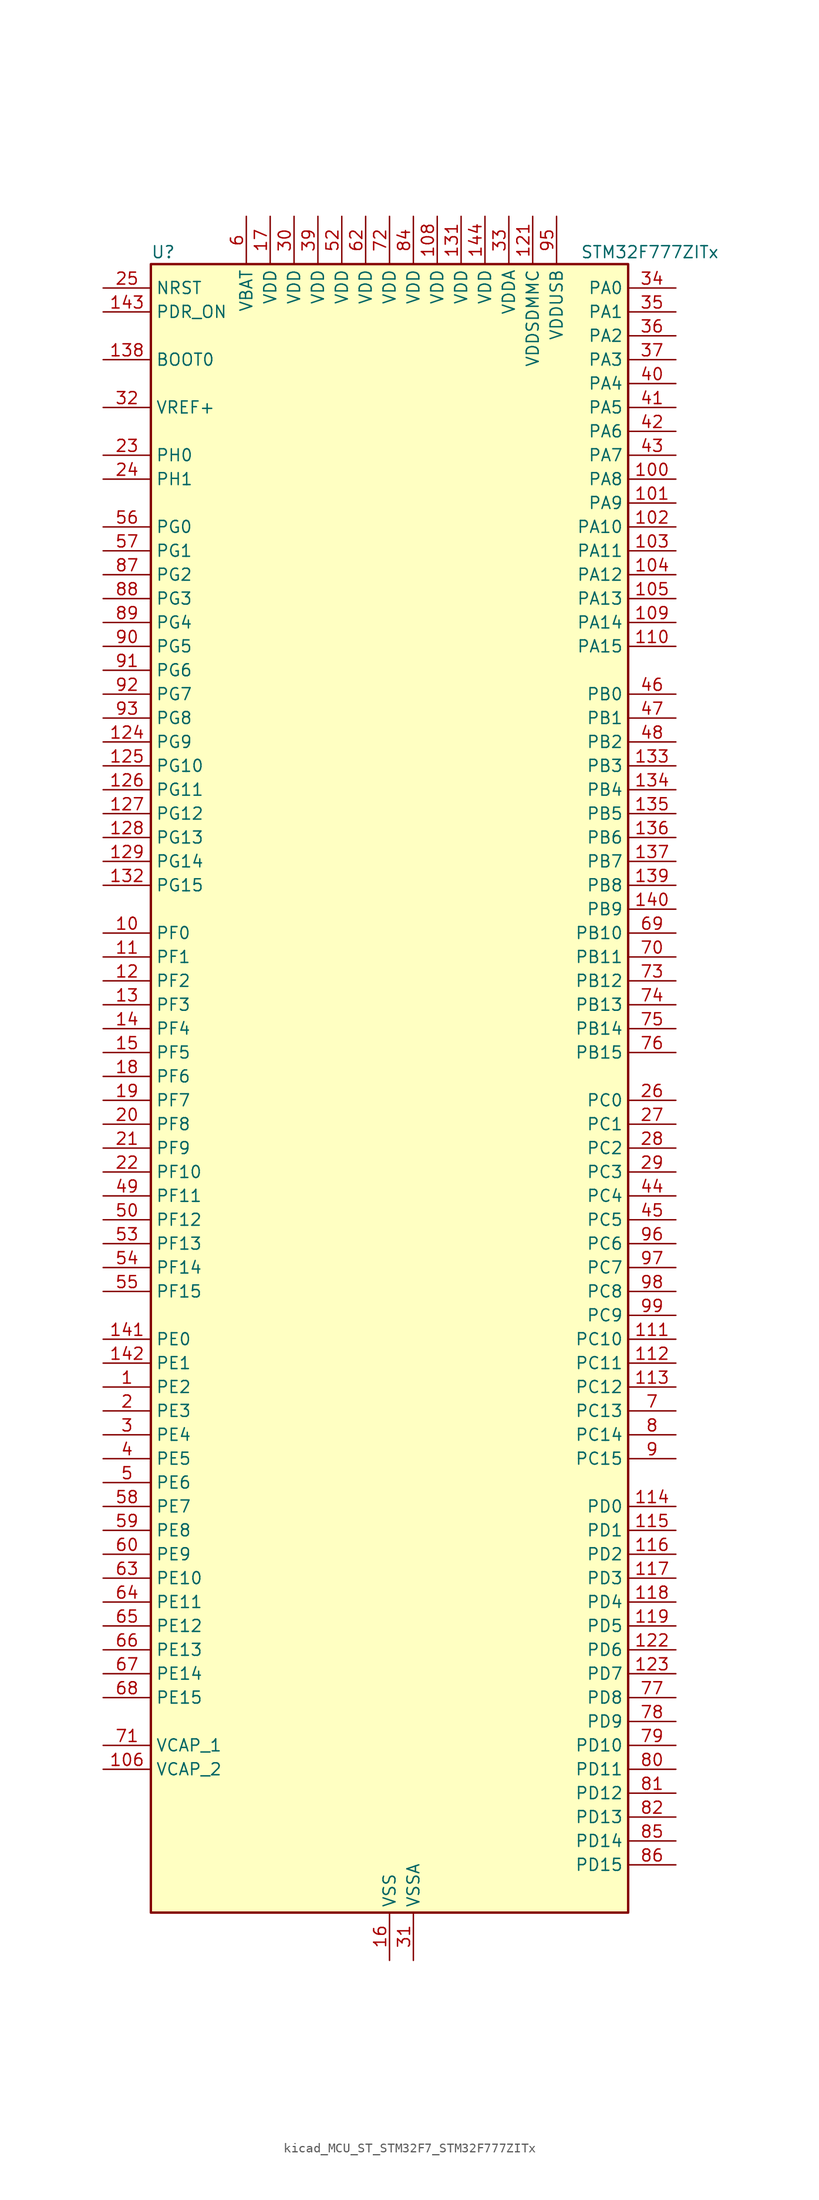
<source format=kicad_sym>
(kicad_symbol_lib
  (version 20220914)
  (generator kicad_symbol_editor)
  (symbol "kicad_MCU_ST_STM32F7_STM32F777ZITx"
    (property "Reference" "U"
      (at -25.4 90.17 0)
      (effects (font (size 1.27 1.27)) (justify left)))
    (property "Value" "STM32F777ZITx"
      (at 20.32 90.17 0)
      (effects (font (size 1.27 1.27)) (justify left)))
    (property "ki_locked" ""
      (at 0 0 0)
      (effects (font (size 1.27 1.27))))
    (symbol "kicad_MCU_ST_STM32F7_STM32F777ZITx_0_1"
      (rectangle (start -25.4 -86.36) (end 25.4 88.9) (stroke (width 0.254) (type default)) (fill (type background))))
    (symbol "kicad_MCU_ST_STM32F7_STM32F777ZITx_1_1"
      (pin bidirectional line (at -30.48 -30.48 0) (length 5.08) (name "PE2" (effects (font (size 1.27 1.27)))) (number "1" (effects (font (size 1.27 1.27)))) (alternate "ETH_TXD3" bidirectional line) (alternate "FMC_A23" bidirectional line) (alternate "QUADSPI_BK1_IO2" bidirectional line) (alternate "SAI1_MCLK_A" bidirectional line) (alternate "SPI4_SCK" bidirectional line) (alternate "SYS_TRACECLK" bidirectional line))
      (pin bidirectional line (at -30.48 17.78 0) (length 5.08) (name "PF0" (effects (font (size 1.27 1.27)))) (number "10" (effects (font (size 1.27 1.27)))) (alternate "FMC_A0" bidirectional line) (alternate "I2C2_SDA" bidirectional line))
      (pin bidirectional line (at 30.48 66.04 180) (length 5.08) (name "PA8" (effects (font (size 1.27 1.27)))) (number "100" (effects (font (size 1.27 1.27)))) (alternate "CAN3_RX" bidirectional line) (alternate "I2C3_SCL" bidirectional line) (alternate "LTDC_B3" bidirectional line) (alternate "LTDC_R6" bidirectional line) (alternate "RCC_MCO_1" bidirectional line) (alternate "TIM1_CH1" bidirectional line) (alternate "TIM8_BKIN2" bidirectional line) (alternate "UART7_RX" bidirectional line) (alternate "USART1_CK" bidirectional line) (alternate "USB_OTG_FS_SOF" bidirectional line))
      (pin bidirectional line (at 30.48 63.5 180) (length 5.08) (name "PA9" (effects (font (size 1.27 1.27)))) (number "101" (effects (font (size 1.27 1.27)))) (alternate "DAC_EXTI9" bidirectional line) (alternate "DCMI_D0" bidirectional line) (alternate "I2C3_SMBA" bidirectional line) (alternate "I2S2_CK" bidirectional line) (alternate "LTDC_R5" bidirectional line) (alternate "SPI2_SCK" bidirectional line) (alternate "TIM1_CH2" bidirectional line) (alternate "USART1_TX" bidirectional line) (alternate "USB_OTG_FS_VBUS" bidirectional line))
      (pin bidirectional line (at 30.48 60.96 180) (length 5.08) (name "PA10" (effects (font (size 1.27 1.27)))) (number "102" (effects (font (size 1.27 1.27)))) (alternate "DCMI_D1" bidirectional line) (alternate "LTDC_B1" bidirectional line) (alternate "LTDC_B4" bidirectional line) (alternate "MDIOS_MDIO" bidirectional line) (alternate "TIM1_CH3" bidirectional line) (alternate "USART1_RX" bidirectional line) (alternate "USB_OTG_FS_ID" bidirectional line))
      (pin bidirectional line (at 30.48 58.42 180) (length 5.08) (name "PA11" (effects (font (size 1.27 1.27)))) (number "103" (effects (font (size 1.27 1.27)))) (alternate "ADC1_EXTI11" bidirectional line) (alternate "ADC2_EXTI11" bidirectional line) (alternate "ADC3_EXTI11" bidirectional line) (alternate "CAN1_RX" bidirectional line) (alternate "I2S2_WS" bidirectional line) (alternate "LTDC_R4" bidirectional line) (alternate "SPI2_NSS" bidirectional line) (alternate "TIM1_CH4" bidirectional line) (alternate "UART4_RX" bidirectional line) (alternate "USART1_CTS" bidirectional line) (alternate "USB_OTG_FS_DM" bidirectional line))
      (pin bidirectional line (at 30.48 55.88 180) (length 5.08) (name "PA12" (effects (font (size 1.27 1.27)))) (number "104" (effects (font (size 1.27 1.27)))) (alternate "CAN1_TX" bidirectional line) (alternate "I2S2_CK" bidirectional line) (alternate "LTDC_R5" bidirectional line) (alternate "SAI2_FS_B" bidirectional line) (alternate "SPI2_SCK" bidirectional line) (alternate "TIM1_ETR" bidirectional line) (alternate "UART4_TX" bidirectional line) (alternate "USART1_DE" bidirectional line) (alternate "USART1_RTS" bidirectional line) (alternate "USB_OTG_FS_DP" bidirectional line))
      (pin bidirectional line (at 30.48 53.34 180) (length 5.08) (name "PA13" (effects (font (size 1.27 1.27)))) (number "105" (effects (font (size 1.27 1.27)))) (alternate "SYS_JTMS-SWDIO" bidirectional line))
      (pin power_out line (at -30.48 -71.12 0) (length 5.08) (name "VCAP_2" (effects (font (size 1.27 1.27)))) (number "106" (effects (font (size 1.27 1.27)))))
      (pin passive line (at 0 -91.44 90) (length 5.08) hide (name "VSS" (effects (font (size 1.27 1.27)))) (number "107" (effects (font (size 1.27 1.27)))))
      (pin power_in line (at 5.08 93.98 270) (length 5.08) (name "VDD" (effects (font (size 1.27 1.27)))) (number "108" (effects (font (size 1.27 1.27)))))
      (pin bidirectional line (at 30.48 50.8 180) (length 5.08) (name "PA14" (effects (font (size 1.27 1.27)))) (number "109" (effects (font (size 1.27 1.27)))) (alternate "SYS_JTCK-SWCLK" bidirectional line))
      (pin bidirectional line (at -30.48 15.24 0) (length 5.08) (name "PF1" (effects (font (size 1.27 1.27)))) (number "11" (effects (font (size 1.27 1.27)))) (alternate "FMC_A1" bidirectional line) (alternate "I2C2_SCL" bidirectional line))
      (pin bidirectional line (at 30.48 48.26 180) (length 5.08) (name "PA15" (effects (font (size 1.27 1.27)))) (number "110" (effects (font (size 1.27 1.27)))) (alternate "CAN3_TX" bidirectional line) (alternate "CEC" bidirectional line) (alternate "I2S1_WS" bidirectional line) (alternate "I2S3_WS" bidirectional line) (alternate "SPI1_NSS" bidirectional line) (alternate "SPI3_NSS" bidirectional line) (alternate "SPI6_NSS" bidirectional line) (alternate "SYS_JTDI" bidirectional line) (alternate "TIM2_CH1" bidirectional line) (alternate "TIM2_ETR" bidirectional line) (alternate "UART4_DE" bidirectional line) (alternate "UART4_RTS" bidirectional line) (alternate "UART7_TX" bidirectional line))
      (pin bidirectional line (at 30.48 -25.4 180) (length 5.08) (name "PC10" (effects (font (size 1.27 1.27)))) (number "111" (effects (font (size 1.27 1.27)))) (alternate "DCMI_D8" bidirectional line) (alternate "DFSDM1_CKIN5" bidirectional line) (alternate "I2S3_CK" bidirectional line) (alternate "LTDC_R2" bidirectional line) (alternate "QUADSPI_BK1_IO1" bidirectional line) (alternate "SDMMC1_D2" bidirectional line) (alternate "SPI3_SCK" bidirectional line) (alternate "UART4_TX" bidirectional line) (alternate "USART3_TX" bidirectional line))
      (pin bidirectional line (at 30.48 -27.94 180) (length 5.08) (name "PC11" (effects (font (size 1.27 1.27)))) (number "112" (effects (font (size 1.27 1.27)))) (alternate "ADC1_EXTI11" bidirectional line) (alternate "ADC2_EXTI11" bidirectional line) (alternate "ADC3_EXTI11" bidirectional line) (alternate "DCMI_D4" bidirectional line) (alternate "DFSDM1_DATIN5" bidirectional line) (alternate "QUADSPI_BK2_NCS" bidirectional line) (alternate "SDMMC1_D3" bidirectional line) (alternate "SPI3_MISO" bidirectional line) (alternate "UART4_RX" bidirectional line) (alternate "USART3_RX" bidirectional line))
      (pin bidirectional line (at 30.48 -30.48 180) (length 5.08) (name "PC12" (effects (font (size 1.27 1.27)))) (number "113" (effects (font (size 1.27 1.27)))) (alternate "DCMI_D9" bidirectional line) (alternate "I2S3_SD" bidirectional line) (alternate "SDMMC1_CK" bidirectional line) (alternate "SPI3_MOSI" bidirectional line) (alternate "SYS_TRACED3" bidirectional line) (alternate "UART5_TX" bidirectional line) (alternate "USART3_CK" bidirectional line))
      (pin bidirectional line (at 30.48 -43.18 180) (length 5.08) (name "PD0" (effects (font (size 1.27 1.27)))) (number "114" (effects (font (size 1.27 1.27)))) (alternate "CAN1_RX" bidirectional line) (alternate "DFSDM1_CKIN6" bidirectional line) (alternate "DFSDM1_DATIN7" bidirectional line) (alternate "FMC_D2" bidirectional line) (alternate "FMC_DA2" bidirectional line) (alternate "UART4_RX" bidirectional line))
      (pin bidirectional line (at 30.48 -45.72 180) (length 5.08) (name "PD1" (effects (font (size 1.27 1.27)))) (number "115" (effects (font (size 1.27 1.27)))) (alternate "CAN1_TX" bidirectional line) (alternate "DFSDM1_CKIN7" bidirectional line) (alternate "DFSDM1_DATIN6" bidirectional line) (alternate "FMC_D3" bidirectional line) (alternate "FMC_DA3" bidirectional line) (alternate "UART4_TX" bidirectional line))
      (pin bidirectional line (at 30.48 -48.26 180) (length 5.08) (name "PD2" (effects (font (size 1.27 1.27)))) (number "116" (effects (font (size 1.27 1.27)))) (alternate "DCMI_D11" bidirectional line) (alternate "SDMMC1_CMD" bidirectional line) (alternate "SYS_TRACED2" bidirectional line) (alternate "TIM3_ETR" bidirectional line) (alternate "UART5_RX" bidirectional line))
      (pin bidirectional line (at 30.48 -50.8 180) (length 5.08) (name "PD3" (effects (font (size 1.27 1.27)))) (number "117" (effects (font (size 1.27 1.27)))) (alternate "DCMI_D5" bidirectional line) (alternate "DFSDM1_CKOUT" bidirectional line) (alternate "DFSDM1_DATIN0" bidirectional line) (alternate "FMC_CLK" bidirectional line) (alternate "I2S2_CK" bidirectional line) (alternate "LTDC_G7" bidirectional line) (alternate "SPI2_SCK" bidirectional line) (alternate "USART2_CTS" bidirectional line))
      (pin bidirectional line (at 30.48 -53.34 180) (length 5.08) (name "PD4" (effects (font (size 1.27 1.27)))) (number "118" (effects (font (size 1.27 1.27)))) (alternate "DFSDM1_CKIN0" bidirectional line) (alternate "FMC_NOE" bidirectional line) (alternate "USART2_DE" bidirectional line) (alternate "USART2_RTS" bidirectional line))
      (pin bidirectional line (at 30.48 -55.88 180) (length 5.08) (name "PD5" (effects (font (size 1.27 1.27)))) (number "119" (effects (font (size 1.27 1.27)))) (alternate "FMC_NWE" bidirectional line) (alternate "USART2_TX" bidirectional line))
      (pin bidirectional line (at -30.48 12.7 0) (length 5.08) (name "PF2" (effects (font (size 1.27 1.27)))) (number "12" (effects (font (size 1.27 1.27)))) (alternate "FMC_A2" bidirectional line) (alternate "I2C2_SMBA" bidirectional line))
      (pin passive line (at 0 -91.44 90) (length 5.08) hide (name "VSS" (effects (font (size 1.27 1.27)))) (number "120" (effects (font (size 1.27 1.27)))))
      (pin power_in line (at 15.24 93.98 270) (length 5.08) (name "VDDSDMMC" (effects (font (size 1.27 1.27)))) (number "121" (effects (font (size 1.27 1.27)))))
      (pin bidirectional line (at 30.48 -58.42 180) (length 5.08) (name "PD6" (effects (font (size 1.27 1.27)))) (number "122" (effects (font (size 1.27 1.27)))) (alternate "DCMI_D10" bidirectional line) (alternate "DFSDM1_CKIN4" bidirectional line) (alternate "DFSDM1_DATIN1" bidirectional line) (alternate "FMC_NWAIT" bidirectional line) (alternate "I2S3_SD" bidirectional line) (alternate "LTDC_B2" bidirectional line) (alternate "SAI1_SD_A" bidirectional line) (alternate "SDMMC2_CK" bidirectional line) (alternate "SPI3_MOSI" bidirectional line) (alternate "USART2_RX" bidirectional line))
      (pin bidirectional line (at 30.48 -60.96 180) (length 5.08) (name "PD7" (effects (font (size 1.27 1.27)))) (number "123" (effects (font (size 1.27 1.27)))) (alternate "DFSDM1_CKIN1" bidirectional line) (alternate "DFSDM1_DATIN4" bidirectional line) (alternate "FMC_NE1" bidirectional line) (alternate "I2S1_SD" bidirectional line) (alternate "SDMMC2_CMD" bidirectional line) (alternate "SPDIFRX_IN0" bidirectional line) (alternate "SPI1_MOSI" bidirectional line) (alternate "USART2_CK" bidirectional line))
      (pin bidirectional line (at -30.48 38.1 0) (length 5.08) (name "PG9" (effects (font (size 1.27 1.27)))) (number "124" (effects (font (size 1.27 1.27)))) (alternate "DAC_EXTI9" bidirectional line) (alternate "DCMI_VSYNC" bidirectional line) (alternate "FMC_NCE" bidirectional line) (alternate "FMC_NE2" bidirectional line) (alternate "QUADSPI_BK2_IO2" bidirectional line) (alternate "SAI2_FS_B" bidirectional line) (alternate "SDMMC2_D0" bidirectional line) (alternate "SPDIFRX_IN3" bidirectional line) (alternate "SPI1_MISO" bidirectional line) (alternate "USART6_RX" bidirectional line))
      (pin bidirectional line (at -30.48 35.56 0) (length 5.08) (name "PG10" (effects (font (size 1.27 1.27)))) (number "125" (effects (font (size 1.27 1.27)))) (alternate "DCMI_D2" bidirectional line) (alternate "FMC_NE3" bidirectional line) (alternate "I2S1_WS" bidirectional line) (alternate "LTDC_B2" bidirectional line) (alternate "LTDC_G3" bidirectional line) (alternate "SAI2_SD_B" bidirectional line) (alternate "SDMMC2_D1" bidirectional line) (alternate "SPI1_NSS" bidirectional line))
      (pin bidirectional line (at -30.48 33.02 0) (length 5.08) (name "PG11" (effects (font (size 1.27 1.27)))) (number "126" (effects (font (size 1.27 1.27)))) (alternate "ADC1_EXTI11" bidirectional line) (alternate "ADC2_EXTI11" bidirectional line) (alternate "ADC3_EXTI11" bidirectional line) (alternate "DCMI_D3" bidirectional line) (alternate "ETH_TX_EN" bidirectional line) (alternate "I2S1_CK" bidirectional line) (alternate "LTDC_B3" bidirectional line) (alternate "SDMMC2_D2" bidirectional line) (alternate "SPDIFRX_IN0" bidirectional line) (alternate "SPI1_SCK" bidirectional line))
      (pin bidirectional line (at -30.48 30.48 0) (length 5.08) (name "PG12" (effects (font (size 1.27 1.27)))) (number "127" (effects (font (size 1.27 1.27)))) (alternate "FMC_NE4" bidirectional line) (alternate "LPTIM1_IN1" bidirectional line) (alternate "LTDC_B1" bidirectional line) (alternate "LTDC_B4" bidirectional line) (alternate "SDMMC2_D3" bidirectional line) (alternate "SPDIFRX_IN1" bidirectional line) (alternate "SPI6_MISO" bidirectional line) (alternate "USART6_DE" bidirectional line) (alternate "USART6_RTS" bidirectional line))
      (pin bidirectional line (at -30.48 27.94 0) (length 5.08) (name "PG13" (effects (font (size 1.27 1.27)))) (number "128" (effects (font (size 1.27 1.27)))) (alternate "ETH_TXD0" bidirectional line) (alternate "FMC_A24" bidirectional line) (alternate "LPTIM1_OUT" bidirectional line) (alternate "LTDC_R0" bidirectional line) (alternate "SPI6_SCK" bidirectional line) (alternate "SYS_TRACED0" bidirectional line) (alternate "USART6_CTS" bidirectional line))
      (pin bidirectional line (at -30.48 25.4 0) (length 5.08) (name "PG14" (effects (font (size 1.27 1.27)))) (number "129" (effects (font (size 1.27 1.27)))) (alternate "ETH_TXD1" bidirectional line) (alternate "FMC_A25" bidirectional line) (alternate "LPTIM1_ETR" bidirectional line) (alternate "LTDC_B0" bidirectional line) (alternate "QUADSPI_BK2_IO3" bidirectional line) (alternate "SPI6_MOSI" bidirectional line) (alternate "SYS_TRACED1" bidirectional line) (alternate "USART6_TX" bidirectional line))
      (pin bidirectional line (at -30.48 10.16 0) (length 5.08) (name "PF3" (effects (font (size 1.27 1.27)))) (number "13" (effects (font (size 1.27 1.27)))) (alternate "ADC3_IN9" bidirectional line) (alternate "FMC_A3" bidirectional line))
      (pin passive line (at 0 -91.44 90) (length 5.08) hide (name "VSS" (effects (font (size 1.27 1.27)))) (number "130" (effects (font (size 1.27 1.27)))))
      (pin power_in line (at 7.62 93.98 270) (length 5.08) (name "VDD" (effects (font (size 1.27 1.27)))) (number "131" (effects (font (size 1.27 1.27)))))
      (pin bidirectional line (at -30.48 22.86 0) (length 5.08) (name "PG15" (effects (font (size 1.27 1.27)))) (number "132" (effects (font (size 1.27 1.27)))) (alternate "DCMI_D13" bidirectional line) (alternate "FMC_SDNCAS" bidirectional line) (alternate "USART6_CTS" bidirectional line))
      (pin bidirectional line (at 30.48 35.56 180) (length 5.08) (name "PB3" (effects (font (size 1.27 1.27)))) (number "133" (effects (font (size 1.27 1.27)))) (alternate "CAN3_RX" bidirectional line) (alternate "I2S1_CK" bidirectional line) (alternate "I2S3_CK" bidirectional line) (alternate "SDMMC2_D2" bidirectional line) (alternate "SPI1_SCK" bidirectional line) (alternate "SPI3_SCK" bidirectional line) (alternate "SPI6_SCK" bidirectional line) (alternate "SYS_JTDO-SWO" bidirectional line) (alternate "TIM2_CH2" bidirectional line) (alternate "UART7_RX" bidirectional line))
      (pin bidirectional line (at 30.48 33.02 180) (length 5.08) (name "PB4" (effects (font (size 1.27 1.27)))) (number "134" (effects (font (size 1.27 1.27)))) (alternate "CAN3_TX" bidirectional line) (alternate "I2S2_WS" bidirectional line) (alternate "SDMMC2_D3" bidirectional line) (alternate "SPI1_MISO" bidirectional line) (alternate "SPI2_NSS" bidirectional line) (alternate "SPI3_MISO" bidirectional line) (alternate "SPI6_MISO" bidirectional line) (alternate "SYS_JTRST" bidirectional line) (alternate "TIM3_CH1" bidirectional line) (alternate "UART7_TX" bidirectional line))
      (pin bidirectional line (at 30.48 30.48 180) (length 5.08) (name "PB5" (effects (font (size 1.27 1.27)))) (number "135" (effects (font (size 1.27 1.27)))) (alternate "CAN2_RX" bidirectional line) (alternate "DCMI_D10" bidirectional line) (alternate "ETH_PPS_OUT" bidirectional line) (alternate "FMC_SDCKE1" bidirectional line) (alternate "I2C1_SMBA" bidirectional line) (alternate "I2S1_SD" bidirectional line) (alternate "I2S3_SD" bidirectional line) (alternate "LTDC_G7" bidirectional line) (alternate "SPI1_MOSI" bidirectional line) (alternate "SPI3_MOSI" bidirectional line) (alternate "SPI6_MOSI" bidirectional line) (alternate "TIM3_CH2" bidirectional line) (alternate "UART5_RX" bidirectional line) (alternate "USB_OTG_HS_ULPI_D7" bidirectional line))
      (pin bidirectional line (at 30.48 27.94 180) (length 5.08) (name "PB6" (effects (font (size 1.27 1.27)))) (number "136" (effects (font (size 1.27 1.27)))) (alternate "CAN2_TX" bidirectional line) (alternate "CEC" bidirectional line) (alternate "DCMI_D5" bidirectional line) (alternate "DFSDM1_DATIN5" bidirectional line) (alternate "FMC_SDNE1" bidirectional line) (alternate "I2C1_SCL" bidirectional line) (alternate "I2C4_SCL" bidirectional line) (alternate "QUADSPI_BK1_NCS" bidirectional line) (alternate "TIM4_CH1" bidirectional line) (alternate "UART5_TX" bidirectional line) (alternate "USART1_TX" bidirectional line))
      (pin bidirectional line (at 30.48 25.4 180) (length 5.08) (name "PB7" (effects (font (size 1.27 1.27)))) (number "137" (effects (font (size 1.27 1.27)))) (alternate "DCMI_VSYNC" bidirectional line) (alternate "DFSDM1_CKIN5" bidirectional line) (alternate "FMC_NL" bidirectional line) (alternate "I2C1_SDA" bidirectional line) (alternate "I2C4_SDA" bidirectional line) (alternate "TIM4_CH2" bidirectional line) (alternate "USART1_RX" bidirectional line))
      (pin input line (at -30.48 78.74 0) (length 5.08) (name "BOOT0" (effects (font (size 1.27 1.27)))) (number "138" (effects (font (size 1.27 1.27)))))
      (pin bidirectional line (at 30.48 22.86 180) (length 5.08) (name "PB8" (effects (font (size 1.27 1.27)))) (number "139" (effects (font (size 1.27 1.27)))) (alternate "CAN1_RX" bidirectional line) (alternate "DCMI_D6" bidirectional line) (alternate "DFSDM1_CKIN7" bidirectional line) (alternate "ETH_TXD3" bidirectional line) (alternate "I2C1_SCL" bidirectional line) (alternate "I2C4_SCL" bidirectional line) (alternate "LTDC_B6" bidirectional line) (alternate "SDMMC1_D4" bidirectional line) (alternate "SDMMC2_D4" bidirectional line) (alternate "TIM10_CH1" bidirectional line) (alternate "TIM4_CH3" bidirectional line) (alternate "UART5_RX" bidirectional line))
      (pin bidirectional line (at -30.48 7.62 0) (length 5.08) (name "PF4" (effects (font (size 1.27 1.27)))) (number "14" (effects (font (size 1.27 1.27)))) (alternate "ADC3_IN14" bidirectional line) (alternate "FMC_A4" bidirectional line))
      (pin bidirectional line (at 30.48 20.32 180) (length 5.08) (name "PB9" (effects (font (size 1.27 1.27)))) (number "140" (effects (font (size 1.27 1.27)))) (alternate "CAN1_TX" bidirectional line) (alternate "DAC_EXTI9" bidirectional line) (alternate "DCMI_D7" bidirectional line) (alternate "DFSDM1_DATIN7" bidirectional line) (alternate "I2C1_SDA" bidirectional line) (alternate "I2C4_SDA" bidirectional line) (alternate "I2C4_SMBA" bidirectional line) (alternate "I2S2_WS" bidirectional line) (alternate "LTDC_B7" bidirectional line) (alternate "SDMMC1_D5" bidirectional line) (alternate "SDMMC2_D5" bidirectional line) (alternate "SPI2_NSS" bidirectional line) (alternate "TIM11_CH1" bidirectional line) (alternate "TIM4_CH4" bidirectional line) (alternate "UART5_TX" bidirectional line))
      (pin bidirectional line (at -30.48 -25.4 0) (length 5.08) (name "PE0" (effects (font (size 1.27 1.27)))) (number "141" (effects (font (size 1.27 1.27)))) (alternate "DCMI_D2" bidirectional line) (alternate "FMC_NBL0" bidirectional line) (alternate "LPTIM1_ETR" bidirectional line) (alternate "SAI2_MCLK_A" bidirectional line) (alternate "TIM4_ETR" bidirectional line) (alternate "UART8_RX" bidirectional line))
      (pin bidirectional line (at -30.48 -27.94 0) (length 5.08) (name "PE1" (effects (font (size 1.27 1.27)))) (number "142" (effects (font (size 1.27 1.27)))) (alternate "DCMI_D3" bidirectional line) (alternate "FMC_NBL1" bidirectional line) (alternate "LPTIM1_IN2" bidirectional line) (alternate "UART8_TX" bidirectional line))
      (pin input line (at -30.48 83.82 0) (length 5.08) (name "PDR_ON" (effects (font (size 1.27 1.27)))) (number "143" (effects (font (size 1.27 1.27)))))
      (pin power_in line (at 10.16 93.98 270) (length 5.08) (name "VDD" (effects (font (size 1.27 1.27)))) (number "144" (effects (font (size 1.27 1.27)))))
      (pin bidirectional line (at -30.48 5.08 0) (length 5.08) (name "PF5" (effects (font (size 1.27 1.27)))) (number "15" (effects (font (size 1.27 1.27)))) (alternate "ADC3_IN15" bidirectional line) (alternate "FMC_A5" bidirectional line))
      (pin power_in line (at 0 -91.44 90) (length 5.08) (name "VSS" (effects (font (size 1.27 1.27)))) (number "16" (effects (font (size 1.27 1.27)))))
      (pin power_in line (at -12.7 93.98 270) (length 5.08) (name "VDD" (effects (font (size 1.27 1.27)))) (number "17" (effects (font (size 1.27 1.27)))))
      (pin bidirectional line (at -30.48 2.54 0) (length 5.08) (name "PF6" (effects (font (size 1.27 1.27)))) (number "18" (effects (font (size 1.27 1.27)))) (alternate "ADC3_IN4" bidirectional line) (alternate "QUADSPI_BK1_IO3" bidirectional line) (alternate "SAI1_SD_B" bidirectional line) (alternate "SPI5_NSS" bidirectional line) (alternate "TIM10_CH1" bidirectional line) (alternate "UART7_RX" bidirectional line))
      (pin bidirectional line (at -30.48 0 0) (length 5.08) (name "PF7" (effects (font (size 1.27 1.27)))) (number "19" (effects (font (size 1.27 1.27)))) (alternate "ADC3_IN5" bidirectional line) (alternate "QUADSPI_BK1_IO2" bidirectional line) (alternate "SAI1_MCLK_B" bidirectional line) (alternate "SPI5_SCK" bidirectional line) (alternate "TIM11_CH1" bidirectional line) (alternate "UART7_TX" bidirectional line))
      (pin bidirectional line (at -30.48 -33.02 0) (length 5.08) (name "PE3" (effects (font (size 1.27 1.27)))) (number "2" (effects (font (size 1.27 1.27)))) (alternate "FMC_A19" bidirectional line) (alternate "SAI1_SD_B" bidirectional line) (alternate "SYS_TRACED0" bidirectional line))
      (pin bidirectional line (at -30.48 -2.54 0) (length 5.08) (name "PF8" (effects (font (size 1.27 1.27)))) (number "20" (effects (font (size 1.27 1.27)))) (alternate "ADC3_IN6" bidirectional line) (alternate "QUADSPI_BK1_IO0" bidirectional line) (alternate "SAI1_SCK_B" bidirectional line) (alternate "SPI5_MISO" bidirectional line) (alternate "TIM13_CH1" bidirectional line) (alternate "UART7_DE" bidirectional line) (alternate "UART7_RTS" bidirectional line))
      (pin bidirectional line (at -30.48 -5.08 0) (length 5.08) (name "PF9" (effects (font (size 1.27 1.27)))) (number "21" (effects (font (size 1.27 1.27)))) (alternate "ADC3_IN7" bidirectional line) (alternate "DAC_EXTI9" bidirectional line) (alternate "QUADSPI_BK1_IO1" bidirectional line) (alternate "SAI1_FS_B" bidirectional line) (alternate "SPI5_MOSI" bidirectional line) (alternate "TIM14_CH1" bidirectional line) (alternate "UART7_CTS" bidirectional line))
      (pin bidirectional line (at -30.48 -7.62 0) (length 5.08) (name "PF10" (effects (font (size 1.27 1.27)))) (number "22" (effects (font (size 1.27 1.27)))) (alternate "ADC3_IN8" bidirectional line) (alternate "DCMI_D11" bidirectional line) (alternate "LTDC_DE" bidirectional line) (alternate "QUADSPI_CLK" bidirectional line))
      (pin bidirectional line (at -30.48 68.58 0) (length 5.08) (name "PH0" (effects (font (size 1.27 1.27)))) (number "23" (effects (font (size 1.27 1.27)))) (alternate "RCC_OSC_IN" bidirectional line))
      (pin bidirectional line (at -30.48 66.04 0) (length 5.08) (name "PH1" (effects (font (size 1.27 1.27)))) (number "24" (effects (font (size 1.27 1.27)))) (alternate "RCC_OSC_OUT" bidirectional line))
      (pin input line (at -30.48 86.36 0) (length 5.08) (name "NRST" (effects (font (size 1.27 1.27)))) (number "25" (effects (font (size 1.27 1.27)))))
      (pin bidirectional line (at 30.48 0 180) (length 5.08) (name "PC0" (effects (font (size 1.27 1.27)))) (number "26" (effects (font (size 1.27 1.27)))) (alternate "ADC1_IN10" bidirectional line) (alternate "ADC2_IN10" bidirectional line) (alternate "ADC3_IN10" bidirectional line) (alternate "DFSDM1_CKIN0" bidirectional line) (alternate "DFSDM1_DATIN4" bidirectional line) (alternate "FMC_SDNWE" bidirectional line) (alternate "LTDC_R5" bidirectional line) (alternate "SAI2_FS_B" bidirectional line) (alternate "USB_OTG_HS_ULPI_STP" bidirectional line))
      (pin bidirectional line (at 30.48 -2.54 180) (length 5.08) (name "PC1" (effects (font (size 1.27 1.27)))) (number "27" (effects (font (size 1.27 1.27)))) (alternate "ADC1_IN11" bidirectional line) (alternate "ADC2_IN11" bidirectional line) (alternate "ADC3_IN11" bidirectional line) (alternate "DFSDM1_CKIN4" bidirectional line) (alternate "DFSDM1_DATIN0" bidirectional line) (alternate "ETH_MDC" bidirectional line) (alternate "I2S2_SD" bidirectional line) (alternate "MDIOS_MDC" bidirectional line) (alternate "RTC_TAMP3" bidirectional line) (alternate "RTC_TS" bidirectional line) (alternate "SAI1_SD_A" bidirectional line) (alternate "SPI2_MOSI" bidirectional line) (alternate "SYS_TRACED0" bidirectional line) (alternate "SYS_WKUP3" bidirectional line))
      (pin bidirectional line (at 30.48 -5.08 180) (length 5.08) (name "PC2" (effects (font (size 1.27 1.27)))) (number "28" (effects (font (size 1.27 1.27)))) (alternate "ADC1_IN12" bidirectional line) (alternate "ADC2_IN12" bidirectional line) (alternate "ADC3_IN12" bidirectional line) (alternate "DFSDM1_CKIN1" bidirectional line) (alternate "DFSDM1_CKOUT" bidirectional line) (alternate "ETH_TXD2" bidirectional line) (alternate "FMC_SDNE0" bidirectional line) (alternate "SPI2_MISO" bidirectional line) (alternate "USB_OTG_HS_ULPI_DIR" bidirectional line))
      (pin bidirectional line (at 30.48 -7.62 180) (length 5.08) (name "PC3" (effects (font (size 1.27 1.27)))) (number "29" (effects (font (size 1.27 1.27)))) (alternate "ADC1_IN13" bidirectional line) (alternate "ADC2_IN13" bidirectional line) (alternate "ADC3_IN13" bidirectional line) (alternate "DFSDM1_DATIN1" bidirectional line) (alternate "ETH_TX_CLK" bidirectional line) (alternate "FMC_SDCKE0" bidirectional line) (alternate "I2S2_SD" bidirectional line) (alternate "SPI2_MOSI" bidirectional line) (alternate "USB_OTG_HS_ULPI_NXT" bidirectional line))
      (pin bidirectional line (at -30.48 -35.56 0) (length 5.08) (name "PE4" (effects (font (size 1.27 1.27)))) (number "3" (effects (font (size 1.27 1.27)))) (alternate "DCMI_D4" bidirectional line) (alternate "DFSDM1_DATIN3" bidirectional line) (alternate "FMC_A20" bidirectional line) (alternate "LTDC_B0" bidirectional line) (alternate "SAI1_FS_A" bidirectional line) (alternate "SPI4_NSS" bidirectional line) (alternate "SYS_TRACED1" bidirectional line))
      (pin power_in line (at -10.16 93.98 270) (length 5.08) (name "VDD" (effects (font (size 1.27 1.27)))) (number "30" (effects (font (size 1.27 1.27)))))
      (pin power_in line (at 2.54 -91.44 90) (length 5.08) (name "VSSA" (effects (font (size 1.27 1.27)))) (number "31" (effects (font (size 1.27 1.27)))))
      (pin input line (at -30.48 73.66 0) (length 5.08) (name "VREF+" (effects (font (size 1.27 1.27)))) (number "32" (effects (font (size 1.27 1.27)))))
      (pin power_in line (at 12.7 93.98 270) (length 5.08) (name "VDDA" (effects (font (size 1.27 1.27)))) (number "33" (effects (font (size 1.27 1.27)))))
      (pin bidirectional line (at 30.48 86.36 180) (length 5.08) (name "PA0" (effects (font (size 1.27 1.27)))) (number "34" (effects (font (size 1.27 1.27)))) (alternate "ADC1_IN0" bidirectional line) (alternate "ADC2_IN0" bidirectional line) (alternate "ADC3_IN0" bidirectional line) (alternate "ETH_CRS" bidirectional line) (alternate "SAI2_SD_B" bidirectional line) (alternate "SYS_WKUP1" bidirectional line) (alternate "TIM2_CH1" bidirectional line) (alternate "TIM2_ETR" bidirectional line) (alternate "TIM5_CH1" bidirectional line) (alternate "TIM8_ETR" bidirectional line) (alternate "UART4_TX" bidirectional line) (alternate "USART2_CTS" bidirectional line))
      (pin bidirectional line (at 30.48 83.82 180) (length 5.08) (name "PA1" (effects (font (size 1.27 1.27)))) (number "35" (effects (font (size 1.27 1.27)))) (alternate "ADC1_IN1" bidirectional line) (alternate "ADC2_IN1" bidirectional line) (alternate "ADC3_IN1" bidirectional line) (alternate "ETH_REF_CLK" bidirectional line) (alternate "ETH_RX_CLK" bidirectional line) (alternate "LTDC_R2" bidirectional line) (alternate "QUADSPI_BK1_IO3" bidirectional line) (alternate "SAI2_MCLK_B" bidirectional line) (alternate "TIM2_CH2" bidirectional line) (alternate "TIM5_CH2" bidirectional line) (alternate "UART4_RX" bidirectional line) (alternate "USART2_DE" bidirectional line) (alternate "USART2_RTS" bidirectional line))
      (pin bidirectional line (at 30.48 81.28 180) (length 5.08) (name "PA2" (effects (font (size 1.27 1.27)))) (number "36" (effects (font (size 1.27 1.27)))) (alternate "ADC1_IN2" bidirectional line) (alternate "ADC2_IN2" bidirectional line) (alternate "ADC3_IN2" bidirectional line) (alternate "ETH_MDIO" bidirectional line) (alternate "LTDC_R1" bidirectional line) (alternate "MDIOS_MDIO" bidirectional line) (alternate "SAI2_SCK_B" bidirectional line) (alternate "SYS_WKUP2" bidirectional line) (alternate "TIM2_CH3" bidirectional line) (alternate "TIM5_CH3" bidirectional line) (alternate "TIM9_CH1" bidirectional line) (alternate "USART2_TX" bidirectional line))
      (pin bidirectional line (at 30.48 78.74 180) (length 5.08) (name "PA3" (effects (font (size 1.27 1.27)))) (number "37" (effects (font (size 1.27 1.27)))) (alternate "ADC1_IN3" bidirectional line) (alternate "ADC2_IN3" bidirectional line) (alternate "ADC3_IN3" bidirectional line) (alternate "ETH_COL" bidirectional line) (alternate "LTDC_B2" bidirectional line) (alternate "LTDC_B5" bidirectional line) (alternate "TIM2_CH4" bidirectional line) (alternate "TIM5_CH4" bidirectional line) (alternate "TIM9_CH2" bidirectional line) (alternate "USART2_RX" bidirectional line) (alternate "USB_OTG_HS_ULPI_D0" bidirectional line))
      (pin passive line (at 0 -91.44 90) (length 5.08) hide (name "VSS" (effects (font (size 1.27 1.27)))) (number "38" (effects (font (size 1.27 1.27)))))
      (pin power_in line (at -7.62 93.98 270) (length 5.08) (name "VDD" (effects (font (size 1.27 1.27)))) (number "39" (effects (font (size 1.27 1.27)))))
      (pin bidirectional line (at -30.48 -38.1 0) (length 5.08) (name "PE5" (effects (font (size 1.27 1.27)))) (number "4" (effects (font (size 1.27 1.27)))) (alternate "DCMI_D6" bidirectional line) (alternate "DFSDM1_CKIN3" bidirectional line) (alternate "FMC_A21" bidirectional line) (alternate "LTDC_G0" bidirectional line) (alternate "SAI1_SCK_A" bidirectional line) (alternate "SPI4_MISO" bidirectional line) (alternate "SYS_TRACED2" bidirectional line) (alternate "TIM9_CH1" bidirectional line))
      (pin bidirectional line (at 30.48 76.2 180) (length 5.08) (name "PA4" (effects (font (size 1.27 1.27)))) (number "40" (effects (font (size 1.27 1.27)))) (alternate "ADC1_IN4" bidirectional line) (alternate "ADC2_IN4" bidirectional line) (alternate "DAC_OUT1" bidirectional line) (alternate "DCMI_HSYNC" bidirectional line) (alternate "I2S1_WS" bidirectional line) (alternate "I2S3_WS" bidirectional line) (alternate "LTDC_VSYNC" bidirectional line) (alternate "SPI1_NSS" bidirectional line) (alternate "SPI3_NSS" bidirectional line) (alternate "SPI6_NSS" bidirectional line) (alternate "USART2_CK" bidirectional line) (alternate "USB_OTG_HS_SOF" bidirectional line))
      (pin bidirectional line (at 30.48 73.66 180) (length 5.08) (name "PA5" (effects (font (size 1.27 1.27)))) (number "41" (effects (font (size 1.27 1.27)))) (alternate "ADC1_IN5" bidirectional line) (alternate "ADC2_IN5" bidirectional line) (alternate "DAC_OUT2" bidirectional line) (alternate "I2S1_CK" bidirectional line) (alternate "LTDC_R4" bidirectional line) (alternate "SPI1_SCK" bidirectional line) (alternate "SPI6_SCK" bidirectional line) (alternate "TIM2_CH1" bidirectional line) (alternate "TIM2_ETR" bidirectional line) (alternate "TIM8_CH1N" bidirectional line) (alternate "USB_OTG_HS_ULPI_CK" bidirectional line))
      (pin bidirectional line (at 30.48 71.12 180) (length 5.08) (name "PA6" (effects (font (size 1.27 1.27)))) (number "42" (effects (font (size 1.27 1.27)))) (alternate "ADC1_IN6" bidirectional line) (alternate "ADC2_IN6" bidirectional line) (alternate "DCMI_PIXCLK" bidirectional line) (alternate "LTDC_G2" bidirectional line) (alternate "MDIOS_MDC" bidirectional line) (alternate "SPI1_MISO" bidirectional line) (alternate "SPI6_MISO" bidirectional line) (alternate "TIM13_CH1" bidirectional line) (alternate "TIM1_BKIN" bidirectional line) (alternate "TIM3_CH1" bidirectional line) (alternate "TIM8_BKIN" bidirectional line))
      (pin bidirectional line (at 30.48 68.58 180) (length 5.08) (name "PA7" (effects (font (size 1.27 1.27)))) (number "43" (effects (font (size 1.27 1.27)))) (alternate "ADC1_IN7" bidirectional line) (alternate "ADC2_IN7" bidirectional line) (alternate "ETH_CRS_DV" bidirectional line) (alternate "ETH_RX_DV" bidirectional line) (alternate "FMC_SDNWE" bidirectional line) (alternate "I2S1_SD" bidirectional line) (alternate "SPI1_MOSI" bidirectional line) (alternate "SPI6_MOSI" bidirectional line) (alternate "TIM14_CH1" bidirectional line) (alternate "TIM1_CH1N" bidirectional line) (alternate "TIM3_CH2" bidirectional line) (alternate "TIM8_CH1N" bidirectional line))
      (pin bidirectional line (at 30.48 -10.16 180) (length 5.08) (name "PC4" (effects (font (size 1.27 1.27)))) (number "44" (effects (font (size 1.27 1.27)))) (alternate "ADC1_IN14" bidirectional line) (alternate "ADC2_IN14" bidirectional line) (alternate "DFSDM1_CKIN2" bidirectional line) (alternate "ETH_RXD0" bidirectional line) (alternate "FMC_SDNE0" bidirectional line) (alternate "I2S1_MCK" bidirectional line) (alternate "SPDIFRX_IN2" bidirectional line))
      (pin bidirectional line (at 30.48 -12.7 180) (length 5.08) (name "PC5" (effects (font (size 1.27 1.27)))) (number "45" (effects (font (size 1.27 1.27)))) (alternate "ADC1_IN15" bidirectional line) (alternate "ADC2_IN15" bidirectional line) (alternate "DFSDM1_DATIN2" bidirectional line) (alternate "ETH_RXD1" bidirectional line) (alternate "FMC_SDCKE0" bidirectional line) (alternate "SPDIFRX_IN3" bidirectional line))
      (pin bidirectional line (at 30.48 43.18 180) (length 5.08) (name "PB0" (effects (font (size 1.27 1.27)))) (number "46" (effects (font (size 1.27 1.27)))) (alternate "ADC1_IN8" bidirectional line) (alternate "ADC2_IN8" bidirectional line) (alternate "DFSDM1_CKOUT" bidirectional line) (alternate "ETH_RXD2" bidirectional line) (alternate "LTDC_G1" bidirectional line) (alternate "LTDC_R3" bidirectional line) (alternate "TIM1_CH2N" bidirectional line) (alternate "TIM3_CH3" bidirectional line) (alternate "TIM8_CH2N" bidirectional line) (alternate "UART4_CTS" bidirectional line) (alternate "USB_OTG_HS_ULPI_D1" bidirectional line))
      (pin bidirectional line (at 30.48 40.64 180) (length 5.08) (name "PB1" (effects (font (size 1.27 1.27)))) (number "47" (effects (font (size 1.27 1.27)))) (alternate "ADC1_IN9" bidirectional line) (alternate "ADC2_IN9" bidirectional line) (alternate "DFSDM1_DATIN1" bidirectional line) (alternate "ETH_RXD3" bidirectional line) (alternate "LTDC_G0" bidirectional line) (alternate "LTDC_R6" bidirectional line) (alternate "TIM1_CH3N" bidirectional line) (alternate "TIM3_CH4" bidirectional line) (alternate "TIM8_CH3N" bidirectional line) (alternate "USB_OTG_HS_ULPI_D2" bidirectional line))
      (pin bidirectional line (at 30.48 38.1 180) (length 5.08) (name "PB2" (effects (font (size 1.27 1.27)))) (number "48" (effects (font (size 1.27 1.27)))) (alternate "DFSDM1_CKIN1" bidirectional line) (alternate "I2S3_SD" bidirectional line) (alternate "QUADSPI_CLK" bidirectional line) (alternate "SAI1_SD_A" bidirectional line) (alternate "SPI3_MOSI" bidirectional line))
      (pin bidirectional line (at -30.48 -10.16 0) (length 5.08) (name "PF11" (effects (font (size 1.27 1.27)))) (number "49" (effects (font (size 1.27 1.27)))) (alternate "ADC1_EXTI11" bidirectional line) (alternate "ADC2_EXTI11" bidirectional line) (alternate "ADC3_EXTI11" bidirectional line) (alternate "DCMI_D12" bidirectional line) (alternate "FMC_SDNRAS" bidirectional line) (alternate "SAI2_SD_B" bidirectional line) (alternate "SPI5_MOSI" bidirectional line))
      (pin bidirectional line (at -30.48 -40.64 0) (length 5.08) (name "PE6" (effects (font (size 1.27 1.27)))) (number "5" (effects (font (size 1.27 1.27)))) (alternate "DCMI_D7" bidirectional line) (alternate "FMC_A22" bidirectional line) (alternate "LTDC_G1" bidirectional line) (alternate "SAI1_SD_A" bidirectional line) (alternate "SAI2_MCLK_B" bidirectional line) (alternate "SPI4_MOSI" bidirectional line) (alternate "SYS_TRACED3" bidirectional line) (alternate "TIM1_BKIN2" bidirectional line) (alternate "TIM9_CH2" bidirectional line))
      (pin bidirectional line (at -30.48 -12.7 0) (length 5.08) (name "PF12" (effects (font (size 1.27 1.27)))) (number "50" (effects (font (size 1.27 1.27)))) (alternate "FMC_A6" bidirectional line))
      (pin passive line (at 0 -91.44 90) (length 5.08) hide (name "VSS" (effects (font (size 1.27 1.27)))) (number "51" (effects (font (size 1.27 1.27)))))
      (pin power_in line (at -5.08 93.98 270) (length 5.08) (name "VDD" (effects (font (size 1.27 1.27)))) (number "52" (effects (font (size 1.27 1.27)))))
      (pin bidirectional line (at -30.48 -15.24 0) (length 5.08) (name "PF13" (effects (font (size 1.27 1.27)))) (number "53" (effects (font (size 1.27 1.27)))) (alternate "DFSDM1_DATIN6" bidirectional line) (alternate "FMC_A7" bidirectional line) (alternate "I2C4_SMBA" bidirectional line))
      (pin bidirectional line (at -30.48 -17.78 0) (length 5.08) (name "PF14" (effects (font (size 1.27 1.27)))) (number "54" (effects (font (size 1.27 1.27)))) (alternate "DFSDM1_CKIN6" bidirectional line) (alternate "FMC_A8" bidirectional line) (alternate "I2C4_SCL" bidirectional line))
      (pin bidirectional line (at -30.48 -20.32 0) (length 5.08) (name "PF15" (effects (font (size 1.27 1.27)))) (number "55" (effects (font (size 1.27 1.27)))) (alternate "FMC_A9" bidirectional line) (alternate "I2C4_SDA" bidirectional line))
      (pin bidirectional line (at -30.48 60.96 0) (length 5.08) (name "PG0" (effects (font (size 1.27 1.27)))) (number "56" (effects (font (size 1.27 1.27)))) (alternate "FMC_A10" bidirectional line))
      (pin bidirectional line (at -30.48 58.42 0) (length 5.08) (name "PG1" (effects (font (size 1.27 1.27)))) (number "57" (effects (font (size 1.27 1.27)))) (alternate "FMC_A11" bidirectional line))
      (pin bidirectional line (at -30.48 -43.18 0) (length 5.08) (name "PE7" (effects (font (size 1.27 1.27)))) (number "58" (effects (font (size 1.27 1.27)))) (alternate "DFSDM1_DATIN2" bidirectional line) (alternate "FMC_D4" bidirectional line) (alternate "FMC_DA4" bidirectional line) (alternate "QUADSPI_BK2_IO0" bidirectional line) (alternate "TIM1_ETR" bidirectional line) (alternate "UART7_RX" bidirectional line))
      (pin bidirectional line (at -30.48 -45.72 0) (length 5.08) (name "PE8" (effects (font (size 1.27 1.27)))) (number "59" (effects (font (size 1.27 1.27)))) (alternate "DFSDM1_CKIN2" bidirectional line) (alternate "FMC_D5" bidirectional line) (alternate "FMC_DA5" bidirectional line) (alternate "QUADSPI_BK2_IO1" bidirectional line) (alternate "TIM1_CH1N" bidirectional line) (alternate "UART7_TX" bidirectional line))
      (pin power_in line (at -15.24 93.98 270) (length 5.08) (name "VBAT" (effects (font (size 1.27 1.27)))) (number "6" (effects (font (size 1.27 1.27)))))
      (pin bidirectional line (at -30.48 -48.26 0) (length 5.08) (name "PE9" (effects (font (size 1.27 1.27)))) (number "60" (effects (font (size 1.27 1.27)))) (alternate "DAC_EXTI9" bidirectional line) (alternate "DFSDM1_CKOUT" bidirectional line) (alternate "FMC_D6" bidirectional line) (alternate "FMC_DA6" bidirectional line) (alternate "QUADSPI_BK2_IO2" bidirectional line) (alternate "TIM1_CH1" bidirectional line) (alternate "UART7_DE" bidirectional line) (alternate "UART7_RTS" bidirectional line))
      (pin passive line (at 0 -91.44 90) (length 5.08) hide (name "VSS" (effects (font (size 1.27 1.27)))) (number "61" (effects (font (size 1.27 1.27)))))
      (pin power_in line (at -2.54 93.98 270) (length 5.08) (name "VDD" (effects (font (size 1.27 1.27)))) (number "62" (effects (font (size 1.27 1.27)))))
      (pin bidirectional line (at -30.48 -50.8 0) (length 5.08) (name "PE10" (effects (font (size 1.27 1.27)))) (number "63" (effects (font (size 1.27 1.27)))) (alternate "DFSDM1_DATIN4" bidirectional line) (alternate "FMC_D7" bidirectional line) (alternate "FMC_DA7" bidirectional line) (alternate "QUADSPI_BK2_IO3" bidirectional line) (alternate "TIM1_CH2N" bidirectional line) (alternate "UART7_CTS" bidirectional line))
      (pin bidirectional line (at -30.48 -53.34 0) (length 5.08) (name "PE11" (effects (font (size 1.27 1.27)))) (number "64" (effects (font (size 1.27 1.27)))) (alternate "ADC1_EXTI11" bidirectional line) (alternate "ADC2_EXTI11" bidirectional line) (alternate "ADC3_EXTI11" bidirectional line) (alternate "DFSDM1_CKIN4" bidirectional line) (alternate "FMC_D8" bidirectional line) (alternate "FMC_DA8" bidirectional line) (alternate "LTDC_G3" bidirectional line) (alternate "SAI2_SD_B" bidirectional line) (alternate "SPI4_NSS" bidirectional line) (alternate "TIM1_CH2" bidirectional line))
      (pin bidirectional line (at -30.48 -55.88 0) (length 5.08) (name "PE12" (effects (font (size 1.27 1.27)))) (number "65" (effects (font (size 1.27 1.27)))) (alternate "DFSDM1_DATIN5" bidirectional line) (alternate "FMC_D9" bidirectional line) (alternate "FMC_DA9" bidirectional line) (alternate "LTDC_B4" bidirectional line) (alternate "SAI2_SCK_B" bidirectional line) (alternate "SPI4_SCK" bidirectional line) (alternate "TIM1_CH3N" bidirectional line))
      (pin bidirectional line (at -30.48 -58.42 0) (length 5.08) (name "PE13" (effects (font (size 1.27 1.27)))) (number "66" (effects (font (size 1.27 1.27)))) (alternate "DFSDM1_CKIN5" bidirectional line) (alternate "FMC_D10" bidirectional line) (alternate "FMC_DA10" bidirectional line) (alternate "LTDC_DE" bidirectional line) (alternate "SAI2_FS_B" bidirectional line) (alternate "SPI4_MISO" bidirectional line) (alternate "TIM1_CH3" bidirectional line))
      (pin bidirectional line (at -30.48 -60.96 0) (length 5.08) (name "PE14" (effects (font (size 1.27 1.27)))) (number "67" (effects (font (size 1.27 1.27)))) (alternate "FMC_D11" bidirectional line) (alternate "FMC_DA11" bidirectional line) (alternate "LTDC_CLK" bidirectional line) (alternate "SAI2_MCLK_B" bidirectional line) (alternate "SPI4_MOSI" bidirectional line) (alternate "TIM1_CH4" bidirectional line))
      (pin bidirectional line (at -30.48 -63.5 0) (length 5.08) (name "PE15" (effects (font (size 1.27 1.27)))) (number "68" (effects (font (size 1.27 1.27)))) (alternate "FMC_D12" bidirectional line) (alternate "FMC_DA12" bidirectional line) (alternate "LTDC_R7" bidirectional line) (alternate "TIM1_BKIN" bidirectional line))
      (pin bidirectional line (at 30.48 17.78 180) (length 5.08) (name "PB10" (effects (font (size 1.27 1.27)))) (number "69" (effects (font (size 1.27 1.27)))) (alternate "DFSDM1_DATIN7" bidirectional line) (alternate "ETH_RX_ER" bidirectional line) (alternate "I2C2_SCL" bidirectional line) (alternate "I2S2_CK" bidirectional line) (alternate "LTDC_G4" bidirectional line) (alternate "QUADSPI_BK1_NCS" bidirectional line) (alternate "SPI2_SCK" bidirectional line) (alternate "TIM2_CH3" bidirectional line) (alternate "USART3_TX" bidirectional line) (alternate "USB_OTG_HS_ULPI_D3" bidirectional line))
      (pin bidirectional line (at 30.48 -33.02 180) (length 5.08) (name "PC13" (effects (font (size 1.27 1.27)))) (number "7" (effects (font (size 1.27 1.27)))) (alternate "RTC_OUT" bidirectional line) (alternate "RTC_TAMP1" bidirectional line) (alternate "RTC_TS" bidirectional line) (alternate "SYS_WKUP4" bidirectional line))
      (pin bidirectional line (at 30.48 15.24 180) (length 5.08) (name "PB11" (effects (font (size 1.27 1.27)))) (number "70" (effects (font (size 1.27 1.27)))) (alternate "ADC1_EXTI11" bidirectional line) (alternate "ADC2_EXTI11" bidirectional line) (alternate "ADC3_EXTI11" bidirectional line) (alternate "DFSDM1_CKIN7" bidirectional line) (alternate "ETH_TX_EN" bidirectional line) (alternate "I2C2_SDA" bidirectional line) (alternate "LTDC_G5" bidirectional line) (alternate "TIM2_CH4" bidirectional line) (alternate "USART3_RX" bidirectional line) (alternate "USB_OTG_HS_ULPI_D4" bidirectional line))
      (pin power_out line (at -30.48 -68.58 0) (length 5.08) (name "VCAP_1" (effects (font (size 1.27 1.27)))) (number "71" (effects (font (size 1.27 1.27)))))
      (pin power_in line (at 0 93.98 270) (length 5.08) (name "VDD" (effects (font (size 1.27 1.27)))) (number "72" (effects (font (size 1.27 1.27)))))
      (pin bidirectional line (at 30.48 12.7 180) (length 5.08) (name "PB12" (effects (font (size 1.27 1.27)))) (number "73" (effects (font (size 1.27 1.27)))) (alternate "CAN2_RX" bidirectional line) (alternate "DFSDM1_DATIN1" bidirectional line) (alternate "ETH_TXD0" bidirectional line) (alternate "I2C2_SMBA" bidirectional line) (alternate "I2S2_WS" bidirectional line) (alternate "SPI2_NSS" bidirectional line) (alternate "TIM1_BKIN" bidirectional line) (alternate "UART5_RX" bidirectional line) (alternate "USART3_CK" bidirectional line) (alternate "USB_OTG_HS_ID" bidirectional line) (alternate "USB_OTG_HS_ULPI_D5" bidirectional line))
      (pin bidirectional line (at 30.48 10.16 180) (length 5.08) (name "PB13" (effects (font (size 1.27 1.27)))) (number "74" (effects (font (size 1.27 1.27)))) (alternate "CAN2_TX" bidirectional line) (alternate "DFSDM1_CKIN1" bidirectional line) (alternate "ETH_TXD1" bidirectional line) (alternate "I2S2_CK" bidirectional line) (alternate "SPI2_SCK" bidirectional line) (alternate "TIM1_CH1N" bidirectional line) (alternate "UART5_TX" bidirectional line) (alternate "USART3_CTS" bidirectional line) (alternate "USB_OTG_HS_ULPI_D6" bidirectional line) (alternate "USB_OTG_HS_VBUS" bidirectional line))
      (pin bidirectional line (at 30.48 7.62 180) (length 5.08) (name "PB14" (effects (font (size 1.27 1.27)))) (number "75" (effects (font (size 1.27 1.27)))) (alternate "DFSDM1_DATIN2" bidirectional line) (alternate "SDMMC2_D0" bidirectional line) (alternate "SPI2_MISO" bidirectional line) (alternate "TIM12_CH1" bidirectional line) (alternate "TIM1_CH2N" bidirectional line) (alternate "TIM8_CH2N" bidirectional line) (alternate "UART4_DE" bidirectional line) (alternate "UART4_RTS" bidirectional line) (alternate "USART1_TX" bidirectional line) (alternate "USART3_DE" bidirectional line) (alternate "USART3_RTS" bidirectional line) (alternate "USB_OTG_HS_DM" bidirectional line))
      (pin bidirectional line (at 30.48 5.08 180) (length 5.08) (name "PB15" (effects (font (size 1.27 1.27)))) (number "76" (effects (font (size 1.27 1.27)))) (alternate "DFSDM1_CKIN2" bidirectional line) (alternate "I2S2_SD" bidirectional line) (alternate "RTC_REFIN" bidirectional line) (alternate "SDMMC2_D1" bidirectional line) (alternate "SPI2_MOSI" bidirectional line) (alternate "TIM12_CH2" bidirectional line) (alternate "TIM1_CH3N" bidirectional line) (alternate "TIM8_CH3N" bidirectional line) (alternate "UART4_CTS" bidirectional line) (alternate "USART1_RX" bidirectional line) (alternate "USB_OTG_HS_DP" bidirectional line))
      (pin bidirectional line (at 30.48 -63.5 180) (length 5.08) (name "PD8" (effects (font (size 1.27 1.27)))) (number "77" (effects (font (size 1.27 1.27)))) (alternate "DFSDM1_CKIN3" bidirectional line) (alternate "FMC_D13" bidirectional line) (alternate "FMC_DA13" bidirectional line) (alternate "SPDIFRX_IN1" bidirectional line) (alternate "USART3_TX" bidirectional line))
      (pin bidirectional line (at 30.48 -66.04 180) (length 5.08) (name "PD9" (effects (font (size 1.27 1.27)))) (number "78" (effects (font (size 1.27 1.27)))) (alternate "DAC_EXTI9" bidirectional line) (alternate "DFSDM1_DATIN3" bidirectional line) (alternate "FMC_D14" bidirectional line) (alternate "FMC_DA14" bidirectional line) (alternate "USART3_RX" bidirectional line))
      (pin bidirectional line (at 30.48 -68.58 180) (length 5.08) (name "PD10" (effects (font (size 1.27 1.27)))) (number "79" (effects (font (size 1.27 1.27)))) (alternate "DFSDM1_CKOUT" bidirectional line) (alternate "FMC_D15" bidirectional line) (alternate "FMC_DA15" bidirectional line) (alternate "LTDC_B3" bidirectional line) (alternate "USART3_CK" bidirectional line))
      (pin bidirectional line (at 30.48 -35.56 180) (length 5.08) (name "PC14" (effects (font (size 1.27 1.27)))) (number "8" (effects (font (size 1.27 1.27)))) (alternate "RCC_OSC32_IN" bidirectional line))
      (pin bidirectional line (at 30.48 -71.12 180) (length 5.08) (name "PD11" (effects (font (size 1.27 1.27)))) (number "80" (effects (font (size 1.27 1.27)))) (alternate "ADC1_EXTI11" bidirectional line) (alternate "ADC2_EXTI11" bidirectional line) (alternate "ADC3_EXTI11" bidirectional line) (alternate "FMC_A16" bidirectional line) (alternate "FMC_CLE" bidirectional line) (alternate "I2C4_SMBA" bidirectional line) (alternate "QUADSPI_BK1_IO0" bidirectional line) (alternate "SAI2_SD_A" bidirectional line) (alternate "USART3_CTS" bidirectional line))
      (pin bidirectional line (at 30.48 -73.66 180) (length 5.08) (name "PD12" (effects (font (size 1.27 1.27)))) (number "81" (effects (font (size 1.27 1.27)))) (alternate "FMC_A17" bidirectional line) (alternate "FMC_ALE" bidirectional line) (alternate "I2C4_SCL" bidirectional line) (alternate "LPTIM1_IN1" bidirectional line) (alternate "QUADSPI_BK1_IO1" bidirectional line) (alternate "SAI2_FS_A" bidirectional line) (alternate "TIM4_CH1" bidirectional line) (alternate "USART3_DE" bidirectional line) (alternate "USART3_RTS" bidirectional line))
      (pin bidirectional line (at 30.48 -76.2 180) (length 5.08) (name "PD13" (effects (font (size 1.27 1.27)))) (number "82" (effects (font (size 1.27 1.27)))) (alternate "FMC_A18" bidirectional line) (alternate "I2C4_SDA" bidirectional line) (alternate "LPTIM1_OUT" bidirectional line) (alternate "QUADSPI_BK1_IO3" bidirectional line) (alternate "SAI2_SCK_A" bidirectional line) (alternate "TIM4_CH2" bidirectional line))
      (pin passive line (at 0 -91.44 90) (length 5.08) hide (name "VSS" (effects (font (size 1.27 1.27)))) (number "83" (effects (font (size 1.27 1.27)))))
      (pin power_in line (at 2.54 93.98 270) (length 5.08) (name "VDD" (effects (font (size 1.27 1.27)))) (number "84" (effects (font (size 1.27 1.27)))))
      (pin bidirectional line (at 30.48 -78.74 180) (length 5.08) (name "PD14" (effects (font (size 1.27 1.27)))) (number "85" (effects (font (size 1.27 1.27)))) (alternate "FMC_D0" bidirectional line) (alternate "FMC_DA0" bidirectional line) (alternate "TIM4_CH3" bidirectional line) (alternate "UART8_CTS" bidirectional line))
      (pin bidirectional line (at 30.48 -81.28 180) (length 5.08) (name "PD15" (effects (font (size 1.27 1.27)))) (number "86" (effects (font (size 1.27 1.27)))) (alternate "FMC_D1" bidirectional line) (alternate "FMC_DA1" bidirectional line) (alternate "TIM4_CH4" bidirectional line) (alternate "UART8_DE" bidirectional line) (alternate "UART8_RTS" bidirectional line))
      (pin bidirectional line (at -30.48 55.88 0) (length 5.08) (name "PG2" (effects (font (size 1.27 1.27)))) (number "87" (effects (font (size 1.27 1.27)))) (alternate "FMC_A12" bidirectional line))
      (pin bidirectional line (at -30.48 53.34 0) (length 5.08) (name "PG3" (effects (font (size 1.27 1.27)))) (number "88" (effects (font (size 1.27 1.27)))) (alternate "FMC_A13" bidirectional line))
      (pin bidirectional line (at -30.48 50.8 0) (length 5.08) (name "PG4" (effects (font (size 1.27 1.27)))) (number "89" (effects (font (size 1.27 1.27)))) (alternate "FMC_A14" bidirectional line) (alternate "FMC_BA0" bidirectional line))
      (pin bidirectional line (at 30.48 -38.1 180) (length 5.08) (name "PC15" (effects (font (size 1.27 1.27)))) (number "9" (effects (font (size 1.27 1.27)))) (alternate "RCC_OSC32_OUT" bidirectional line))
      (pin bidirectional line (at -30.48 48.26 0) (length 5.08) (name "PG5" (effects (font (size 1.27 1.27)))) (number "90" (effects (font (size 1.27 1.27)))) (alternate "FMC_A15" bidirectional line) (alternate "FMC_BA1" bidirectional line))
      (pin bidirectional line (at -30.48 45.72 0) (length 5.08) (name "PG6" (effects (font (size 1.27 1.27)))) (number "91" (effects (font (size 1.27 1.27)))) (alternate "DCMI_D12" bidirectional line) (alternate "FMC_NE3" bidirectional line) (alternate "LTDC_R7" bidirectional line))
      (pin bidirectional line (at -30.48 43.18 0) (length 5.08) (name "PG7" (effects (font (size 1.27 1.27)))) (number "92" (effects (font (size 1.27 1.27)))) (alternate "DCMI_D13" bidirectional line) (alternate "FMC_INT" bidirectional line) (alternate "LTDC_CLK" bidirectional line) (alternate "SAI1_MCLK_A" bidirectional line) (alternate "USART6_CK" bidirectional line))
      (pin bidirectional line (at -30.48 40.64 0) (length 5.08) (name "PG8" (effects (font (size 1.27 1.27)))) (number "93" (effects (font (size 1.27 1.27)))) (alternate "ETH_PPS_OUT" bidirectional line) (alternate "FMC_SDCLK" bidirectional line) (alternate "LTDC_G7" bidirectional line) (alternate "SPDIFRX_IN2" bidirectional line) (alternate "SPI6_NSS" bidirectional line) (alternate "USART6_DE" bidirectional line) (alternate "USART6_RTS" bidirectional line))
      (pin passive line (at 0 -91.44 90) (length 5.08) hide (name "VSS" (effects (font (size 1.27 1.27)))) (number "94" (effects (font (size 1.27 1.27)))))
      (pin power_in line (at 17.78 93.98 270) (length 5.08) (name "VDDUSB" (effects (font (size 1.27 1.27)))) (number "95" (effects (font (size 1.27 1.27)))))
      (pin bidirectional line (at 30.48 -15.24 180) (length 5.08) (name "PC6" (effects (font (size 1.27 1.27)))) (number "96" (effects (font (size 1.27 1.27)))) (alternate "DCMI_D0" bidirectional line) (alternate "DFSDM1_CKIN3" bidirectional line) (alternate "FMC_NWAIT" bidirectional line) (alternate "I2S2_MCK" bidirectional line) (alternate "LTDC_HSYNC" bidirectional line) (alternate "SDMMC1_D6" bidirectional line) (alternate "SDMMC2_D6" bidirectional line) (alternate "TIM3_CH1" bidirectional line) (alternate "TIM8_CH1" bidirectional line) (alternate "USART6_TX" bidirectional line))
      (pin bidirectional line (at 30.48 -17.78 180) (length 5.08) (name "PC7" (effects (font (size 1.27 1.27)))) (number "97" (effects (font (size 1.27 1.27)))) (alternate "DCMI_D1" bidirectional line) (alternate "DFSDM1_DATIN3" bidirectional line) (alternate "FMC_NE1" bidirectional line) (alternate "I2S3_MCK" bidirectional line) (alternate "LTDC_G6" bidirectional line) (alternate "SDMMC1_D7" bidirectional line) (alternate "SDMMC2_D7" bidirectional line) (alternate "TIM3_CH2" bidirectional line) (alternate "TIM8_CH2" bidirectional line) (alternate "USART6_RX" bidirectional line))
      (pin bidirectional line (at 30.48 -20.32 180) (length 5.08) (name "PC8" (effects (font (size 1.27 1.27)))) (number "98" (effects (font (size 1.27 1.27)))) (alternate "DCMI_D2" bidirectional line) (alternate "FMC_NCE" bidirectional line) (alternate "FMC_NE2" bidirectional line) (alternate "SDMMC1_D0" bidirectional line) (alternate "SYS_TRACED1" bidirectional line) (alternate "TIM3_CH3" bidirectional line) (alternate "TIM8_CH3" bidirectional line) (alternate "UART5_DE" bidirectional line) (alternate "UART5_RTS" bidirectional line) (alternate "USART6_CK" bidirectional line))
      (pin bidirectional line (at 30.48 -22.86 180) (length 5.08) (name "PC9" (effects (font (size 1.27 1.27)))) (number "99" (effects (font (size 1.27 1.27)))) (alternate "DAC_EXTI9" bidirectional line) (alternate "DCMI_D3" bidirectional line) (alternate "I2C3_SDA" bidirectional line) (alternate "I2S_CKIN" bidirectional line) (alternate "LTDC_B2" bidirectional line) (alternate "LTDC_G3" bidirectional line) (alternate "QUADSPI_BK1_IO0" bidirectional line) (alternate "RCC_MCO_2" bidirectional line) (alternate "SDMMC1_D1" bidirectional line) (alternate "TIM3_CH4" bidirectional line) (alternate "TIM8_CH4" bidirectional line) (alternate "UART5_CTS" bidirectional line)))))
</source>
